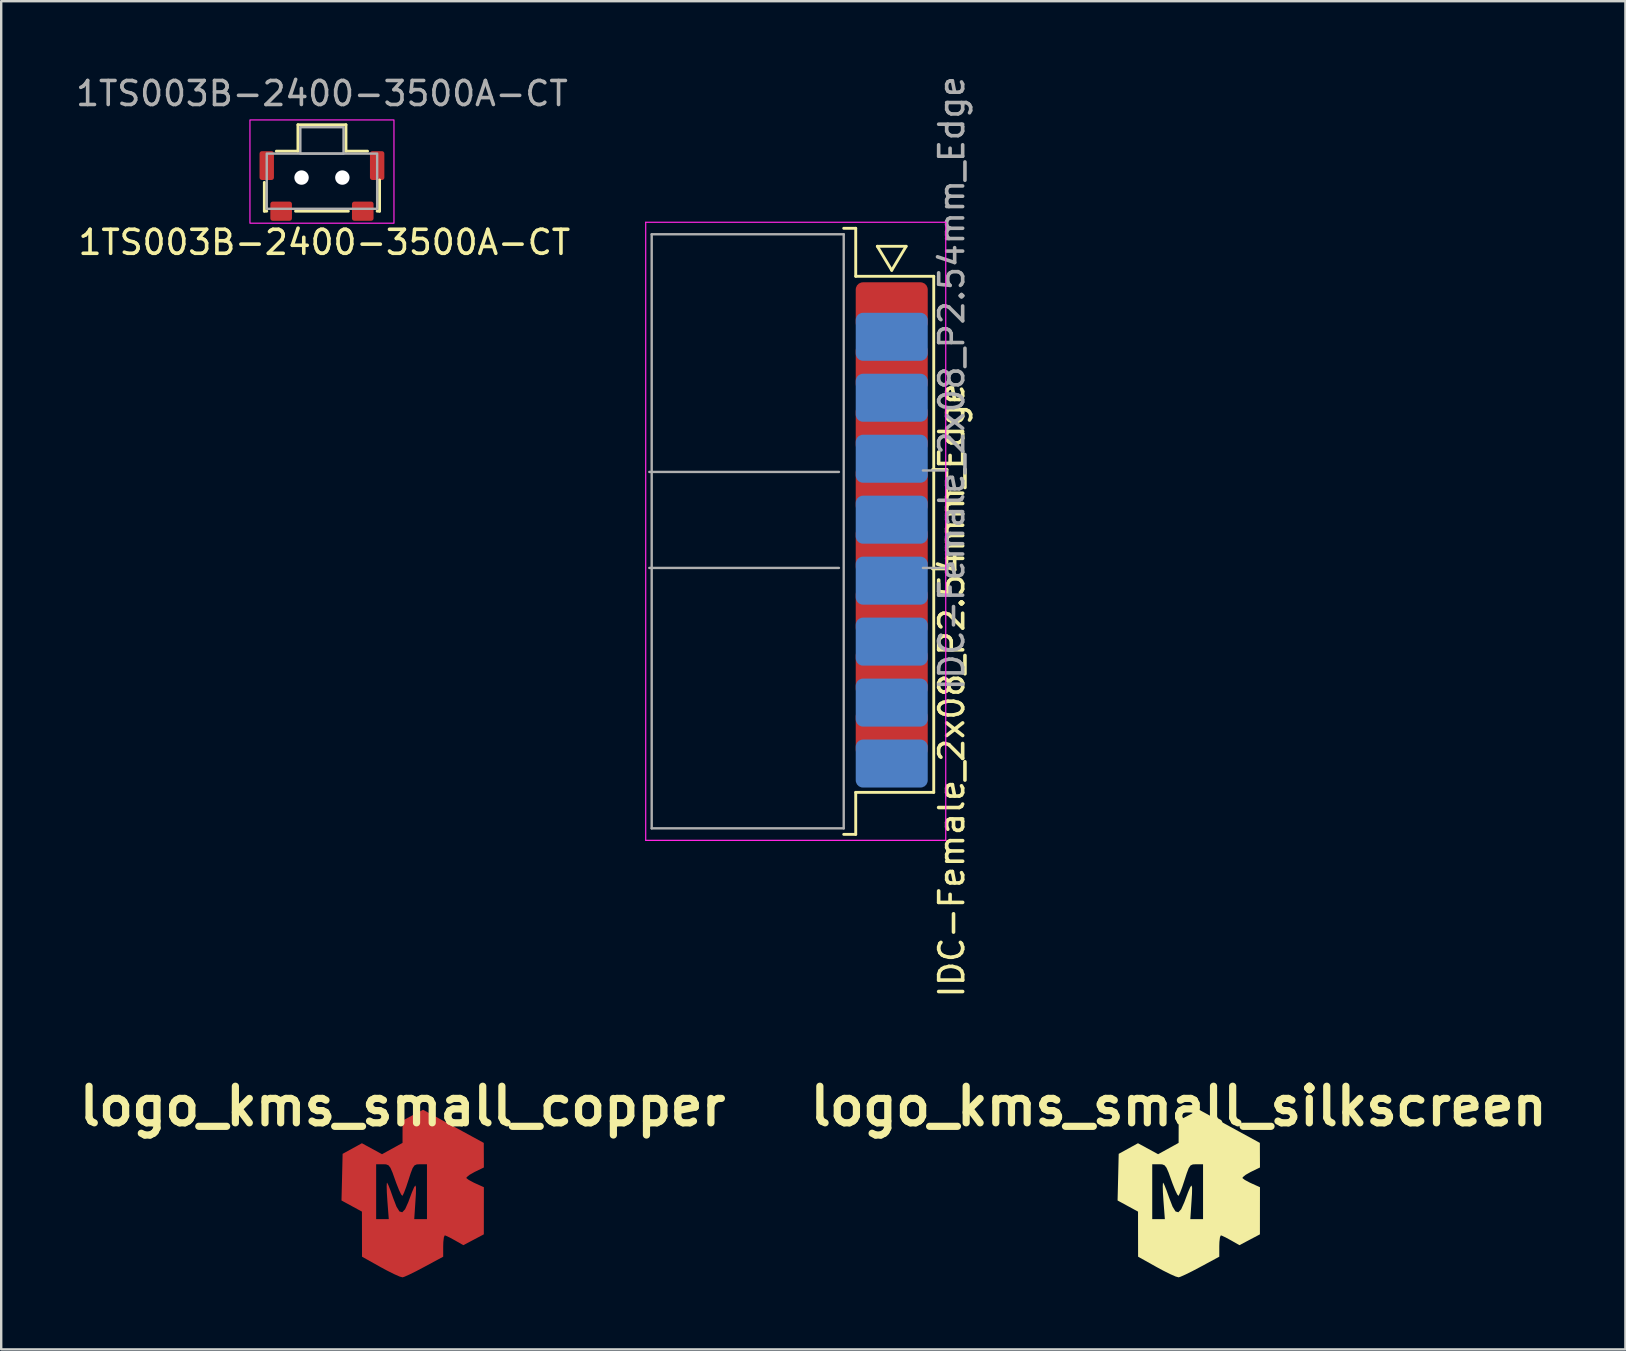
<source format=kicad_pcb>
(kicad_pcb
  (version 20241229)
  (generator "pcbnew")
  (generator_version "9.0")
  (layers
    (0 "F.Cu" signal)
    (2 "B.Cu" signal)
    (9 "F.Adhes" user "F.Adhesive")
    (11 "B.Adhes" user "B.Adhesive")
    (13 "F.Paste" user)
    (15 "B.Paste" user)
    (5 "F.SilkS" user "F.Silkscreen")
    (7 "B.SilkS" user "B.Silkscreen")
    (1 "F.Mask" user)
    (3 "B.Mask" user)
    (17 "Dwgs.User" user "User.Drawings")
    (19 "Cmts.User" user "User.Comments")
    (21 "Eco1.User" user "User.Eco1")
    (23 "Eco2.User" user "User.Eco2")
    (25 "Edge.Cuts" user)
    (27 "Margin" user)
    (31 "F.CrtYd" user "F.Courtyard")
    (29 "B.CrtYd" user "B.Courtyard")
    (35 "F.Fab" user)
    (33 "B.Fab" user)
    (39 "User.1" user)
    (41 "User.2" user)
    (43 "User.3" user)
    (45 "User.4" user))
  (footprint "logo_kms_small_silkscreen"
    (layer "F.Cu")
    (at 46.055 46.639)
    (property "Reference" "logo_kms_small_silkscreen" (at 0.001 -3.6 0) (layer "F.SilkS") (effects (font (size 1.524 1.524) (thickness 0.3))))
    (attr board_only exclude_from_pos_files exclude_from_bom)
    (fp_poly (pts (xy 2.117 -2.765) (xy 3.383 -2.074) (xy 3.385 -1.562) (xy 3.387 -1.05) (xy 3.001 -0.863) (xy 2.791 -0.744) (xy 2.67 -0.645) (xy 2.659 -0.606) (xy 2.756 -0.532) (xy 2.952 -0.426) (xy 3.044 -0.383) (xy 3.387 -0.228) (xy 3.386 0.754) (xy 3.385 1.736) (xy 2.959 1.961) (xy 2.532 2.187) (xy 2.176 1.984) (xy 1.956 1.864) (xy 1.797 1.79) (xy 1.757 1.779) (xy 1.721 1.855) (xy 1.698 2.051) (xy 1.692 2.223) (xy 1.692 2.667) (xy 0.909 3.09) (xy 0.572 3.268) (xy 0.282 3.411) (xy 0.075 3.503) (xy 0 3.527) (xy -0.123 3.494) (xy -0.356 3.391) (xy -0.661 3.238) (xy -0.909 3.104) (xy -1.69 2.667) (xy -1.693 1.101) (xy -1.101 1.101) (xy -0.575 1.101) (xy -0.635 0.318) (xy -0.656 -0.015) (xy -0.663 -0.267) (xy -0.655 -0.402) (xy -0.643 -0.415) (xy -0.592 -0.315) (xy -0.506 -0.099) (xy -0.404 0.189) (xy -0.393 0.22) (xy -0.253 0.583) (xy -0.13 0.782) (xy -0.013 0.816) (xy 0.105 0.689) (xy 0.234 0.402) (xy 0.248 0.365) (xy 0.39 -0.016) (xy 0.485 -0.238) (xy 0.539 -0.301) (xy 0.56 -0.206) (xy 0.555 0.044) (xy 0.538 0.318) (xy 0.486 1.101) (xy 1.016 1.101) (xy 1.016 -1.185) (xy 0.735 -1.185) (xy 0.592 -1.178) (xy 0.495 -1.135) (xy 0.418 -1.022) (xy 0.336 -0.806) (xy 0.252 -0.545) (xy 0.151 -0.24) (xy 0.062 -0.003) (xy 0.001 0.122) (xy -0.007 0.132) (xy -0.06 0.074) (xy -0.148 -0.109) (xy -0.257 -0.384) (xy -0.302 -0.509) (xy -0.419 -0.837) (xy -0.506 -1.037) (xy -0.588 -1.141) (xy -0.688 -1.18) (xy -0.819 -1.185) (xy -1.101 -1.185) (xy -1.101 1.101) (xy -1.693 1.101) (xy -1.693 0.789) (xy -2.119 0.557) (xy -2.545 0.325) (xy -2.521 -0.647) (xy -2.498 -1.618) (xy -1.695 -2.06) (xy -0.856 -1.603) (xy -0.002 -2.074) (xy -0.001 -2.54) (xy 0.001 -3.006) (xy 0.426 -3.23) (xy 0.851 -3.455)) (stroke (width 0) (type solid)) (fill yes) (layer "F.SilkS")))
  (footprint "1TS003B-2400-3500A-CT"
    (layer "F.Cu")
    (at 10.363 4.348)
    (property "Reference" "1TS003B-2400-3500A-CT" (at 0.1 2.7 0) (unlocked yes) (layer "F.SilkS") (effects (font (size 1 1) (thickness 0.15))))
    (attr smd)
    (fp_line (start -2.4 1.4) (end -2.4 0.2) (stroke (width 0.12) (type solid)) (layer "F.SilkS"))
    (fp_line (start -2.4 1.4) (end -2.3 1.4) (stroke (width 0.12) (type solid)) (layer "F.SilkS"))
    (fp_line (start -1.9 -1.1) (end -1 -1.1) (stroke (width 0.12) (type solid)) (layer "F.SilkS"))
    (fp_line (start -1.1 1.4) (end 1.1 1.4) (stroke (width 0.12) (type solid)) (layer "F.SilkS"))
    (fp_line (start -1 -2.2) (end 1 -2.2) (stroke (width 0.12) (type solid)) (layer "F.SilkS"))
    (fp_line (start -1 -1.1) (end -1 -2.2) (stroke (width 0.12) (type solid)) (layer "F.SilkS"))
    (fp_line (start 1 -2.2) (end 1 -1.1) (stroke (width 0.12) (type solid)) (layer "F.SilkS"))
    (fp_line (start 1 -1.1) (end 1.9 -1.1) (stroke (width 0.12) (type solid)) (layer "F.SilkS"))
    (fp_line (start 2.4 1.4) (end 2.3 1.4) (stroke (width 0.12) (type solid)) (layer "F.SilkS"))
    (fp_line (start 2.4 1.4) (end 2.4 0.1) (stroke (width 0.12) (type solid)) (layer "F.SilkS"))
    (fp_rect (start -3 -2.4) (end 3 1.9) (stroke (width 0.05) (type solid)) (fill no) (layer "F.CrtYd"))
    (fp_rect (start -2.3 -1) (end 2.3 1.3) (stroke (width 0.1) (type solid)) (fill no) (layer "F.Fab"))
    (fp_rect (start -0.9 -2.1) (end 0.9 -1) (stroke (width 0.1) (type solid)) (fill no) (layer "F.Fab"))
    (fp_text user "${REFERENCE}" (at 0 -3.5 0) (unlocked yes) (layer "F.Fab") (effects (font (size 1 1) (thickness 0.15))))
    (pad "" np_thru_hole circle (at -0.85 0) (size 0.6 0.6) (drill 0.7) (layers "*.Cu" "*.Mask"))
    (pad "" np_thru_hole circle (at 0.85 0) (size 0.6 0.6) (drill 0.7) (layers "*.Cu" "*.Mask"))
    (pad "1" smd roundrect (at -1.7 1.4) (size 0.9 0.8) (layers "F.Cu" "F.Mask" "F.Paste") (roundrect_rratio 0.125))
    (pad "2" smd roundrect (at 1.7 1.4) (size 0.9 0.8) (layers "F.Cu" "F.Mask" "F.Paste") (roundrect_rratio 0.125))
    (pad "3" smd roundrect (at 2.3 -0.5) (size 0.6 1.2) (layers "F.Cu" "F.Mask" "F.Paste") (roundrect_rratio 0.167))
    (pad "4" smd roundrect (at -2.3 -0.5) (size 0.6 1.2) (layers "F.Cu" "F.Mask" "F.Paste") (roundrect_rratio 0.167)))
  (footprint "logo_kms_small_copper"
    (layer "F.Cu")
    (at 13.722 46.639)
    (property "Reference" "logo_kms_small_copper" (at 0.001 -3.6 0) (layer "F.SilkS") (effects (font (size 1.524 1.524) (thickness 0.3))))
    (attr board_only exclude_from_pos_files exclude_from_bom)
    (fp_poly (pts (xy 2.117 -2.765) (xy 3.383 -2.074) (xy 3.385 -1.562) (xy 3.387 -1.05) (xy 3.001 -0.863) (xy 2.791 -0.744) (xy 2.67 -0.645) (xy 2.659 -0.606) (xy 2.756 -0.532) (xy 2.952 -0.426) (xy 3.044 -0.383) (xy 3.387 -0.228) (xy 3.386 0.754) (xy 3.385 1.736) (xy 2.959 1.961) (xy 2.532 2.187) (xy 2.176 1.984) (xy 1.956 1.864) (xy 1.797 1.79) (xy 1.757 1.779) (xy 1.721 1.855) (xy 1.698 2.051) (xy 1.692 2.223) (xy 1.692 2.667) (xy 0.909 3.09) (xy 0.572 3.268) (xy 0.282 3.411) (xy 0.075 3.503) (xy 0 3.527) (xy -0.123 3.494) (xy -0.356 3.391) (xy -0.661 3.238) (xy -0.909 3.104) (xy -1.69 2.667) (xy -1.693 1.101) (xy -1.101 1.101) (xy -0.575 1.101) (xy -0.635 0.318) (xy -0.656 -0.015) (xy -0.663 -0.267) (xy -0.655 -0.402) (xy -0.643 -0.415) (xy -0.592 -0.315) (xy -0.506 -0.099) (xy -0.404 0.189) (xy -0.393 0.22) (xy -0.253 0.583) (xy -0.13 0.782) (xy -0.013 0.816) (xy 0.105 0.689) (xy 0.234 0.402) (xy 0.248 0.365) (xy 0.39 -0.016) (xy 0.485 -0.238) (xy 0.539 -0.301) (xy 0.56 -0.206) (xy 0.555 0.044) (xy 0.538 0.318) (xy 0.486 1.101) (xy 1.016 1.101) (xy 1.016 -1.185) (xy 0.735 -1.185) (xy 0.592 -1.178) (xy 0.495 -1.135) (xy 0.418 -1.022) (xy 0.336 -0.806) (xy 0.252 -0.545) (xy 0.151 -0.24) (xy 0.062 -0.003) (xy 0.001 0.122) (xy -0.007 0.132) (xy -0.06 0.074) (xy -0.148 -0.109) (xy -0.257 -0.384) (xy -0.302 -0.509) (xy -0.419 -0.837) (xy -0.506 -1.037) (xy -0.588 -1.141) (xy -0.688 -1.18) (xy -0.819 -1.185) (xy -1.101 -1.185) (xy -1.101 1.101) (xy -1.693 1.101) (xy -1.693 0.789) (xy -2.119 0.557) (xy -2.545 0.325) (xy -2.521 -0.647) (xy -2.498 -1.618) (xy -1.695 -2.06) (xy -0.856 -1.603) (xy -0.002 -2.074) (xy -0.001 -2.54) (xy 0.001 -3.006) (xy 0.426 -3.23) (xy 0.851 -3.455)) (stroke (width 0) (type solid)) (fill yes) (layer "F.Cu")))
  (footprint "IDC-Female_2x08_P2.54mm_Edge"
    (layer "F.Cu")
    (at 34.101 9.711)
    (property "Reference" "IDC-Female_2x08_P2.54mm_Edge" (at 2.5 16 90) (layer "F.SilkS") (effects (font (size 1 1) (thickness 0.15))))
    (attr through_hole)
    (fp_line (start -1.5 -3.25) (end -2 -3.25) (stroke (width 0.12) (type solid)) (layer "F.SilkS"))
    (fp_line (start -1.5 -3.25) (end -1.5 -1.25) (stroke (width 0.12) (type solid)) (layer "F.SilkS"))
    (fp_line (start -1.5 22) (end -2 22) (stroke (width 0.12) (type solid)) (layer "F.SilkS"))
    (fp_line (start -1.5 22) (end -1.5 20.25) (stroke (width 0.12) (type solid)) (layer "F.SilkS"))
    (fp_line (start -0.6 -2.5) (end 0.6 -2.5) (stroke (width 0.12) (type solid)) (layer "F.SilkS"))
    (fp_line (start 0 -1.5) (end -0.6 -2.5) (stroke (width 0.12) (type solid)) (layer "F.SilkS"))
    (fp_line (start 0.6 -2.5) (end 0 -1.5) (stroke (width 0.12) (type solid)) (layer "F.SilkS"))
    (fp_line (start 1.7 6.8) (end 2.3 6.8) (stroke (width 0.12) (type solid)) (layer "F.SilkS"))
    (fp_line (start 1.75 -1.25) (end -1.5 -1.25) (stroke (width 0.12) (type solid)) (layer "F.SilkS"))
    (fp_line (start 1.75 -1.25) (end 1.75 20.25) (stroke (width 0.12) (type solid)) (layer "F.SilkS"))
    (fp_line (start 1.75 20.25) (end -1.5 20.25) (stroke (width 0.12) (type solid)) (layer "F.SilkS"))
    (fp_line (start 2.3 6.8) (end 2.3 10.94) (stroke (width 0.12) (type solid)) (layer "F.SilkS"))
    (fp_line (start 2.3 10.94) (end 1.7 10.94) (stroke (width 0.12) (type solid)) (layer "F.SilkS"))
    (fp_line (start -10.25 -3.5) (end -10.25 22.25) (stroke (width 0.05) (type solid)) (layer "F.CrtYd"))
    (fp_line (start -10.25 22.25) (end 2.25 22.25) (stroke (width 0.05) (type solid)) (layer "F.CrtYd"))
    (fp_line (start 2.25 -3.5) (end -10.25 -3.5) (stroke (width 0.05) (type solid)) (layer "F.CrtYd"))
    (fp_line (start 2.25 22.25) (end 2.25 -3.5) (stroke (width 0.05) (type solid)) (layer "F.CrtYd"))
    (fp_line (start -10 -3) (end -10 21.75) (stroke (width 0.1) (type solid)) (layer "F.Fab"))
    (fp_line (start -2.2 6.9) (end -10.1 6.9) (stroke (width 0.1) (type solid)) (layer "F.Fab"))
    (fp_line (start -2.2 10.9) (end -10.1 10.9) (stroke (width 0.1) (type solid)) (layer "F.Fab"))
    (fp_line (start -2 -3) (end -10 -3) (stroke (width 0.1) (type solid)) (layer "F.Fab"))
    (fp_line (start -2 -3) (end -2 21.75) (stroke (width 0.1) (type solid)) (layer "F.Fab"))
    (fp_line (start -2 21.75) (end -10 21.75) (stroke (width 0.1) (type solid)) (layer "F.Fab"))
    (fp_line (start 1.3 6.84) (end 2.3 6.84) (stroke (width 0.1) (type solid)) (layer "F.Fab"))
    (fp_line (start 2.3 10.9) (end 1.3 10.9) (stroke (width 0.1) (type solid)) (layer "F.Fab"))
    (fp_text user "${REFERENCE}" (at 2.5 3.2 90) (layer "F.Fab") (effects (font (size 1 1) (thickness 0.15))))
    (pad "1" connect roundrect (at 0 0) (size 3 2) (layers "F.Cu" "F.Mask") (roundrect_rratio 0.15))
    (pad "2" connect roundrect (at 0 1.27) (size 3 2) (layers "B.Cu" "B.Mask") (roundrect_rratio 0.15))
    (pad "3" connect roundrect (at 0 2.54) (size 3 2) (layers "F.Cu" "F.Mask") (roundrect_rratio 0.15))
    (pad "4" connect roundrect (at 0 3.81) (size 3 2) (layers "B.Cu" "B.Mask") (roundrect_rratio 0.15))
    (pad "5" connect roundrect (at 0 5.08) (size 3 2) (layers "F.Cu" "F.Mask") (roundrect_rratio 0.15))
    (pad "6" connect roundrect (at 0 6.35) (size 3 2) (layers "B.Cu" "B.Mask") (roundrect_rratio 0.15))
    (pad "7" connect roundrect (at 0 7.62) (size 3 2) (layers "F.Cu" "F.Mask") (roundrect_rratio 0.15))
    (pad "8" connect roundrect (at 0 8.89) (size 3 2) (layers "B.Cu" "B.Mask") (roundrect_rratio 0.15))
    (pad "9" connect roundrect (at 0 10.16) (size 3 2) (layers "F.Cu" "F.Mask") (roundrect_rratio 0.15))
    (pad "10" connect roundrect (at 0 11.43) (size 3 2) (layers "B.Cu" "B.Mask") (roundrect_rratio 0.15))
    (pad "11" connect roundrect (at 0 12.7) (size 3 2) (layers "F.Cu" "F.Mask") (roundrect_rratio 0.15))
    (pad "12" connect roundrect (at 0 13.97) (size 3 2) (layers "B.Cu" "B.Mask") (roundrect_rratio 0.15))
    (pad "13" connect roundrect (at 0 15.24) (size 3 2) (layers "F.Cu" "F.Mask") (roundrect_rratio 0.15))
    (pad "14" connect roundrect (at 0 16.51) (size 3 2) (layers "B.Cu" "B.Mask") (roundrect_rratio 0.15))
    (pad "15" connect roundrect (at 0 17.78) (size 3 2) (layers "F.Cu" "F.Mask") (roundrect_rratio 0.15))
    (pad "16" connect roundrect (at 0 19.05) (size 3 2) (layers "B.Cu" "B.Mask") (roundrect_rratio 0.15)))
  (gr_rect
    (start -3 -3)
    (end 64.667 53.167)
    (stroke (width 0.1) (type default))
    (fill no)
    (layer "Edge.Cuts")))
</source>
